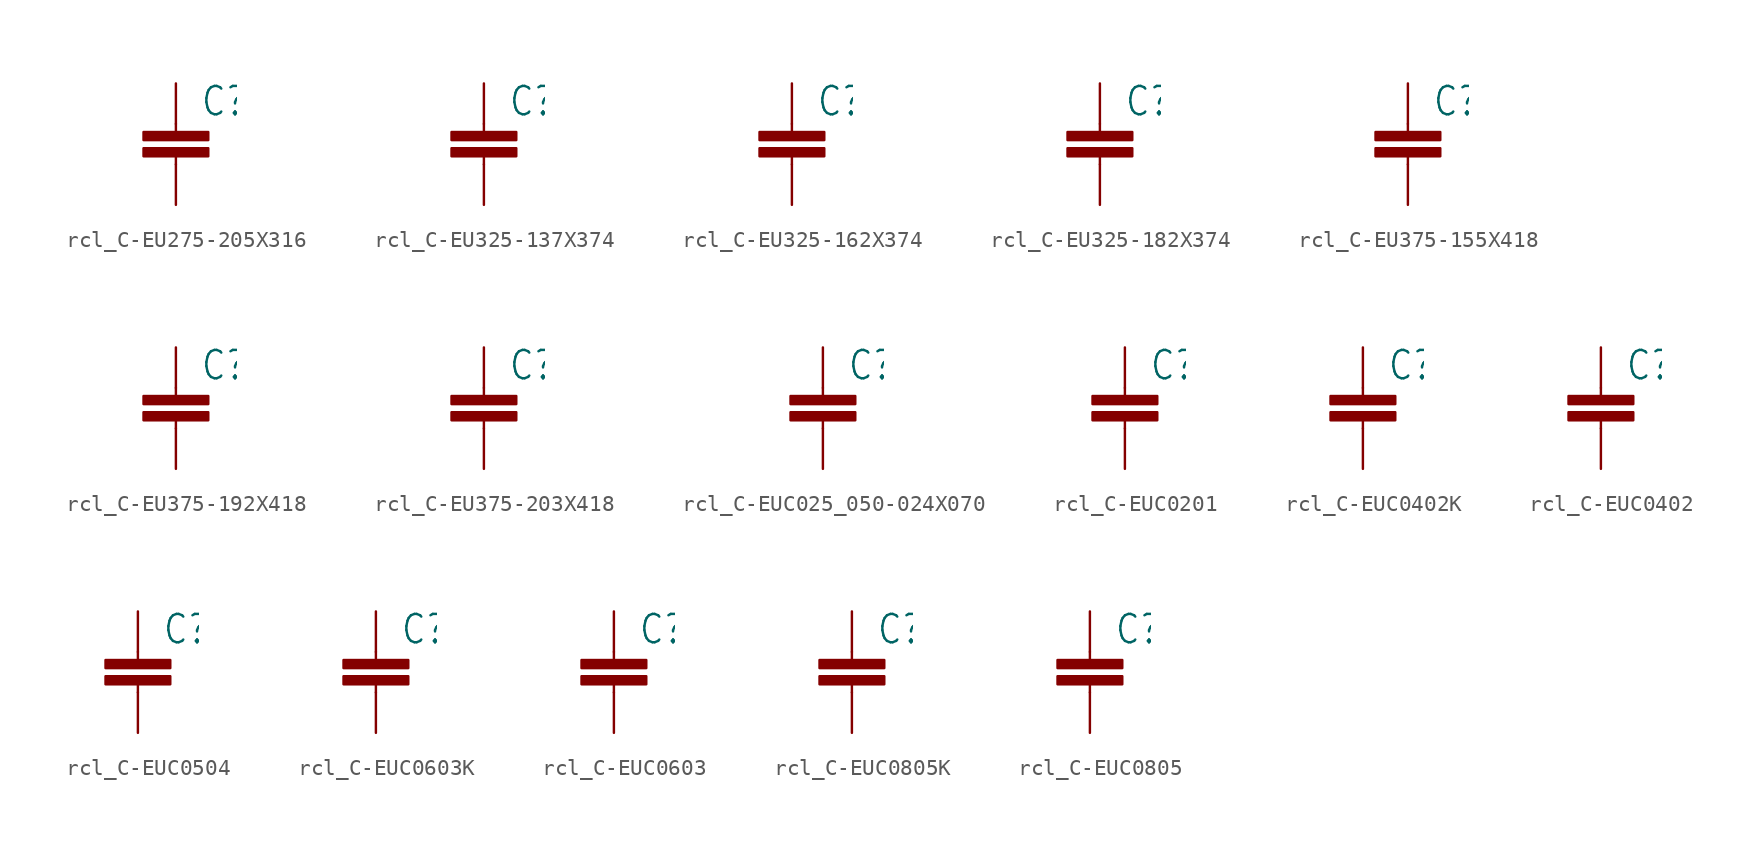
<source format=kicad_sym>
(kicad_symbol_lib
  (version 20231120)
  (generator "kicad_symbol_editor")
  (generator_version "8.0")
  (symbol "rcl_C-EU275-205X316"
    (property "Reference" "C"
      (at 1.524 0.381 0)
      (effects (font (size 1.778 1.511)) (justify left bottom)))
    (property "Value" ""
      (at 1.524 -4.699 0)
      (effects (font (size 1.778 1.511)) (justify left bottom)))
    (property "ki_locked" ""
      (at 0 0 0)
      (effects (font (size 1.27 1.27))))
    (symbol "rcl_C-EU275-205X316_1_0"
      (rectangle (start -2.032 -2.032) (end 2.032 -1.524) (stroke (width 0) (type default)) (fill (type outline)))
      (rectangle (start -2.032 -1.016) (end 2.032 -0.508) (stroke (width 0) (type default)) (fill (type outline)))
      (polyline (pts (xy 0 -2.54) (xy 0 -2.032)) (stroke (width 0.152) (type solid)) (fill (type none)))
      (polyline (pts (xy 0 0) (xy 0 -0.508)) (stroke (width 0.152) (type solid)) (fill (type none)))
      (pin passive line (at 0 2.54 270) (length 2.54) (name "1" (effects (font (size 0 0)))) (number "1" (effects (font (size 0 0)))))
      (pin passive line (at 0 -5.08 90) (length 2.54) (name "2" (effects (font (size 0 0)))) (number "2" (effects (font (size 0 0)))))))
  (symbol "rcl_C-EU325-137X374"
    (property "Reference" "C"
      (at 1.524 0.381 0)
      (effects (font (size 1.778 1.511)) (justify left bottom)))
    (property "Value" ""
      (at 1.524 -4.699 0)
      (effects (font (size 1.778 1.511)) (justify left bottom)))
    (property "ki_locked" ""
      (at 0 0 0)
      (effects (font (size 1.27 1.27))))
    (symbol "rcl_C-EU325-137X374_1_0"
      (rectangle (start -2.032 -2.032) (end 2.032 -1.524) (stroke (width 0) (type default)) (fill (type outline)))
      (rectangle (start -2.032 -1.016) (end 2.032 -0.508) (stroke (width 0) (type default)) (fill (type outline)))
      (polyline (pts (xy 0 -2.54) (xy 0 -2.032)) (stroke (width 0.152) (type solid)) (fill (type none)))
      (polyline (pts (xy 0 0) (xy 0 -0.508)) (stroke (width 0.152) (type solid)) (fill (type none)))
      (pin passive line (at 0 2.54 270) (length 2.54) (name "1" (effects (font (size 0 0)))) (number "1" (effects (font (size 0 0)))))
      (pin passive line (at 0 -5.08 90) (length 2.54) (name "2" (effects (font (size 0 0)))) (number "2" (effects (font (size 0 0)))))))
  (symbol "rcl_C-EU325-162X374"
    (property "Reference" "C"
      (at 1.524 0.381 0)
      (effects (font (size 1.778 1.511)) (justify left bottom)))
    (property "Value" ""
      (at 1.524 -4.699 0)
      (effects (font (size 1.778 1.511)) (justify left bottom)))
    (property "ki_locked" ""
      (at 0 0 0)
      (effects (font (size 1.27 1.27))))
    (symbol "rcl_C-EU325-162X374_1_0"
      (rectangle (start -2.032 -2.032) (end 2.032 -1.524) (stroke (width 0) (type default)) (fill (type outline)))
      (rectangle (start -2.032 -1.016) (end 2.032 -0.508) (stroke (width 0) (type default)) (fill (type outline)))
      (polyline (pts (xy 0 -2.54) (xy 0 -2.032)) (stroke (width 0.152) (type solid)) (fill (type none)))
      (polyline (pts (xy 0 0) (xy 0 -0.508)) (stroke (width 0.152) (type solid)) (fill (type none)))
      (pin passive line (at 0 2.54 270) (length 2.54) (name "1" (effects (font (size 0 0)))) (number "1" (effects (font (size 0 0)))))
      (pin passive line (at 0 -5.08 90) (length 2.54) (name "2" (effects (font (size 0 0)))) (number "2" (effects (font (size 0 0)))))))
  (symbol "rcl_C-EU325-182X374"
    (property "Reference" "C"
      (at 1.524 0.381 0)
      (effects (font (size 1.778 1.511)) (justify left bottom)))
    (property "Value" ""
      (at 1.524 -4.699 0)
      (effects (font (size 1.778 1.511)) (justify left bottom)))
    (property "ki_locked" ""
      (at 0 0 0)
      (effects (font (size 1.27 1.27))))
    (symbol "rcl_C-EU325-182X374_1_0"
      (rectangle (start -2.032 -2.032) (end 2.032 -1.524) (stroke (width 0) (type default)) (fill (type outline)))
      (rectangle (start -2.032 -1.016) (end 2.032 -0.508) (stroke (width 0) (type default)) (fill (type outline)))
      (polyline (pts (xy 0 -2.54) (xy 0 -2.032)) (stroke (width 0.152) (type solid)) (fill (type none)))
      (polyline (pts (xy 0 0) (xy 0 -0.508)) (stroke (width 0.152) (type solid)) (fill (type none)))
      (pin passive line (at 0 2.54 270) (length 2.54) (name "1" (effects (font (size 0 0)))) (number "1" (effects (font (size 0 0)))))
      (pin passive line (at 0 -5.08 90) (length 2.54) (name "2" (effects (font (size 0 0)))) (number "2" (effects (font (size 0 0)))))))
  (symbol "rcl_C-EU375-155X418"
    (property "Reference" "C"
      (at 1.524 0.381 0)
      (effects (font (size 1.778 1.511)) (justify left bottom)))
    (property "Value" ""
      (at 1.524 -4.699 0)
      (effects (font (size 1.778 1.511)) (justify left bottom)))
    (property "ki_locked" ""
      (at 0 0 0)
      (effects (font (size 1.27 1.27))))
    (symbol "rcl_C-EU375-155X418_1_0"
      (rectangle (start -2.032 -2.032) (end 2.032 -1.524) (stroke (width 0) (type default)) (fill (type outline)))
      (rectangle (start -2.032 -1.016) (end 2.032 -0.508) (stroke (width 0) (type default)) (fill (type outline)))
      (polyline (pts (xy 0 -2.54) (xy 0 -2.032)) (stroke (width 0.152) (type solid)) (fill (type none)))
      (polyline (pts (xy 0 0) (xy 0 -0.508)) (stroke (width 0.152) (type solid)) (fill (type none)))
      (pin passive line (at 0 2.54 270) (length 2.54) (name "1" (effects (font (size 0 0)))) (number "1" (effects (font (size 0 0)))))
      (pin passive line (at 0 -5.08 90) (length 2.54) (name "2" (effects (font (size 0 0)))) (number "2" (effects (font (size 0 0)))))))
  (symbol "rcl_C-EU375-192X418"
    (property "Reference" "C"
      (at 1.524 0.381 0)
      (effects (font (size 1.778 1.511)) (justify left bottom)))
    (property "Value" ""
      (at 1.524 -4.699 0)
      (effects (font (size 1.778 1.511)) (justify left bottom)))
    (property "ki_locked" ""
      (at 0 0 0)
      (effects (font (size 1.27 1.27))))
    (symbol "rcl_C-EU375-192X418_1_0"
      (rectangle (start -2.032 -2.032) (end 2.032 -1.524) (stroke (width 0) (type default)) (fill (type outline)))
      (rectangle (start -2.032 -1.016) (end 2.032 -0.508) (stroke (width 0) (type default)) (fill (type outline)))
      (polyline (pts (xy 0 -2.54) (xy 0 -2.032)) (stroke (width 0.152) (type solid)) (fill (type none)))
      (polyline (pts (xy 0 0) (xy 0 -0.508)) (stroke (width 0.152) (type solid)) (fill (type none)))
      (pin passive line (at 0 2.54 270) (length 2.54) (name "1" (effects (font (size 0 0)))) (number "1" (effects (font (size 0 0)))))
      (pin passive line (at 0 -5.08 90) (length 2.54) (name "2" (effects (font (size 0 0)))) (number "2" (effects (font (size 0 0)))))))
  (symbol "rcl_C-EU375-203X418"
    (property "Reference" "C"
      (at 1.524 0.381 0)
      (effects (font (size 1.778 1.511)) (justify left bottom)))
    (property "Value" ""
      (at 1.524 -4.699 0)
      (effects (font (size 1.778 1.511)) (justify left bottom)))
    (property "ki_locked" ""
      (at 0 0 0)
      (effects (font (size 1.27 1.27))))
    (symbol "rcl_C-EU375-203X418_1_0"
      (rectangle (start -2.032 -2.032) (end 2.032 -1.524) (stroke (width 0) (type default)) (fill (type outline)))
      (rectangle (start -2.032 -1.016) (end 2.032 -0.508) (stroke (width 0) (type default)) (fill (type outline)))
      (polyline (pts (xy 0 -2.54) (xy 0 -2.032)) (stroke (width 0.152) (type solid)) (fill (type none)))
      (polyline (pts (xy 0 0) (xy 0 -0.508)) (stroke (width 0.152) (type solid)) (fill (type none)))
      (pin passive line (at 0 2.54 270) (length 2.54) (name "1" (effects (font (size 0 0)))) (number "1" (effects (font (size 0 0)))))
      (pin passive line (at 0 -5.08 90) (length 2.54) (name "2" (effects (font (size 0 0)))) (number "2" (effects (font (size 0 0)))))))
  (symbol "rcl_C-EUC025_050-024X070"
    (property "Reference" "C"
      (at 1.524 0.381 0)
      (effects (font (size 1.778 1.511)) (justify left bottom)))
    (property "Value" ""
      (at 1.524 -4.699 0)
      (effects (font (size 1.778 1.511)) (justify left bottom)))
    (property "ki_locked" ""
      (at 0 0 0)
      (effects (font (size 1.27 1.27))))
    (symbol "rcl_C-EUC025_050-024X070_1_0"
      (rectangle (start -2.032 -2.032) (end 2.032 -1.524) (stroke (width 0) (type default)) (fill (type outline)))
      (rectangle (start -2.032 -1.016) (end 2.032 -0.508) (stroke (width 0) (type default)) (fill (type outline)))
      (polyline (pts (xy 0 -2.54) (xy 0 -2.032)) (stroke (width 0.152) (type solid)) (fill (type none)))
      (polyline (pts (xy 0 0) (xy 0 -0.508)) (stroke (width 0.152) (type solid)) (fill (type none)))
      (pin passive line (at 0 2.54 270) (length 2.54) (name "1" (effects (font (size 0 0)))) (number "1" (effects (font (size 0 0)))))
      (pin passive line (at 0 -5.08 90) (length 2.54) (name "2" (effects (font (size 0 0)))) (number "2" (effects (font (size 0 0)))))))
  (symbol "rcl_C-EUC0201"
    (property "Reference" "C"
      (at 1.524 0.381 0)
      (effects (font (size 1.778 1.511)) (justify left bottom)))
    (property "Value" ""
      (at 1.524 -4.699 0)
      (effects (font (size 1.778 1.511)) (justify left bottom)))
    (property "ki_locked" ""
      (at 0 0 0)
      (effects (font (size 1.27 1.27))))
    (symbol "rcl_C-EUC0201_1_0"
      (rectangle (start -2.032 -2.032) (end 2.032 -1.524) (stroke (width 0) (type default)) (fill (type outline)))
      (rectangle (start -2.032 -1.016) (end 2.032 -0.508) (stroke (width 0) (type default)) (fill (type outline)))
      (polyline (pts (xy 0 -2.54) (xy 0 -2.032)) (stroke (width 0.152) (type solid)) (fill (type none)))
      (polyline (pts (xy 0 0) (xy 0 -0.508)) (stroke (width 0.152) (type solid)) (fill (type none)))
      (pin passive line (at 0 2.54 270) (length 2.54) (name "1" (effects (font (size 0 0)))) (number "1" (effects (font (size 0 0)))))
      (pin passive line (at 0 -5.08 90) (length 2.54) (name "2" (effects (font (size 0 0)))) (number "2" (effects (font (size 0 0)))))))
  (symbol "rcl_C-EUC0402K"
    (property "Reference" "C"
      (at 1.524 0.381 0)
      (effects (font (size 1.778 1.511)) (justify left bottom)))
    (property "Value" ""
      (at 1.524 -4.699 0)
      (effects (font (size 1.778 1.511)) (justify left bottom)))
    (property "ki_locked" ""
      (at 0 0 0)
      (effects (font (size 1.27 1.27))))
    (symbol "rcl_C-EUC0402K_1_0"
      (rectangle (start -2.032 -2.032) (end 2.032 -1.524) (stroke (width 0) (type default)) (fill (type outline)))
      (rectangle (start -2.032 -1.016) (end 2.032 -0.508) (stroke (width 0) (type default)) (fill (type outline)))
      (polyline (pts (xy 0 -2.54) (xy 0 -2.032)) (stroke (width 0.152) (type solid)) (fill (type none)))
      (polyline (pts (xy 0 0) (xy 0 -0.508)) (stroke (width 0.152) (type solid)) (fill (type none)))
      (pin passive line (at 0 2.54 270) (length 2.54) (name "1" (effects (font (size 0 0)))) (number "1" (effects (font (size 0 0)))))
      (pin passive line (at 0 -5.08 90) (length 2.54) (name "2" (effects (font (size 0 0)))) (number "2" (effects (font (size 0 0)))))))
  (symbol "rcl_C-EUC0402"
    (property "Reference" "C"
      (at 1.524 0.381 0)
      (effects (font (size 1.778 1.511)) (justify left bottom)))
    (property "Value" ""
      (at 1.524 -4.699 0)
      (effects (font (size 1.778 1.511)) (justify left bottom)))
    (property "ki_locked" ""
      (at 0 0 0)
      (effects (font (size 1.27 1.27))))
    (symbol "rcl_C-EUC0402_1_0"
      (rectangle (start -2.032 -2.032) (end 2.032 -1.524) (stroke (width 0) (type default)) (fill (type outline)))
      (rectangle (start -2.032 -1.016) (end 2.032 -0.508) (stroke (width 0) (type default)) (fill (type outline)))
      (polyline (pts (xy 0 -2.54) (xy 0 -2.032)) (stroke (width 0.152) (type solid)) (fill (type none)))
      (polyline (pts (xy 0 0) (xy 0 -0.508)) (stroke (width 0.152) (type solid)) (fill (type none)))
      (pin passive line (at 0 2.54 270) (length 2.54) (name "1" (effects (font (size 0 0)))) (number "1" (effects (font (size 0 0)))))
      (pin passive line (at 0 -5.08 90) (length 2.54) (name "2" (effects (font (size 0 0)))) (number "2" (effects (font (size 0 0)))))))
  (symbol "rcl_C-EUC0504"
    (property "Reference" "C"
      (at 1.524 0.381 0)
      (effects (font (size 1.778 1.511)) (justify left bottom)))
    (property "Value" ""
      (at 1.524 -4.699 0)
      (effects (font (size 1.778 1.511)) (justify left bottom)))
    (property "ki_locked" ""
      (at 0 0 0)
      (effects (font (size 1.27 1.27))))
    (symbol "rcl_C-EUC0504_1_0"
      (rectangle (start -2.032 -2.032) (end 2.032 -1.524) (stroke (width 0) (type default)) (fill (type outline)))
      (rectangle (start -2.032 -1.016) (end 2.032 -0.508) (stroke (width 0) (type default)) (fill (type outline)))
      (polyline (pts (xy 0 -2.54) (xy 0 -2.032)) (stroke (width 0.152) (type solid)) (fill (type none)))
      (polyline (pts (xy 0 0) (xy 0 -0.508)) (stroke (width 0.152) (type solid)) (fill (type none)))
      (pin passive line (at 0 2.54 270) (length 2.54) (name "1" (effects (font (size 0 0)))) (number "1" (effects (font (size 0 0)))))
      (pin passive line (at 0 -5.08 90) (length 2.54) (name "2" (effects (font (size 0 0)))) (number "2" (effects (font (size 0 0)))))))
  (symbol "rcl_C-EUC0603K"
    (property "Reference" "C"
      (at 1.524 0.381 0)
      (effects (font (size 1.778 1.511)) (justify left bottom)))
    (property "Value" ""
      (at 1.524 -4.699 0)
      (effects (font (size 1.778 1.511)) (justify left bottom)))
    (property "ki_locked" ""
      (at 0 0 0)
      (effects (font (size 1.27 1.27))))
    (symbol "rcl_C-EUC0603K_1_0"
      (rectangle (start -2.032 -2.032) (end 2.032 -1.524) (stroke (width 0) (type default)) (fill (type outline)))
      (rectangle (start -2.032 -1.016) (end 2.032 -0.508) (stroke (width 0) (type default)) (fill (type outline)))
      (polyline (pts (xy 0 -2.54) (xy 0 -2.032)) (stroke (width 0.152) (type solid)) (fill (type none)))
      (polyline (pts (xy 0 0) (xy 0 -0.508)) (stroke (width 0.152) (type solid)) (fill (type none)))
      (pin passive line (at 0 2.54 270) (length 2.54) (name "1" (effects (font (size 0 0)))) (number "1" (effects (font (size 0 0)))))
      (pin passive line (at 0 -5.08 90) (length 2.54) (name "2" (effects (font (size 0 0)))) (number "2" (effects (font (size 0 0)))))))
  (symbol "rcl_C-EUC0603"
    (property "Reference" "C"
      (at 1.524 0.381 0)
      (effects (font (size 1.778 1.511)) (justify left bottom)))
    (property "Value" ""
      (at 1.524 -4.699 0)
      (effects (font (size 1.778 1.511)) (justify left bottom)))
    (property "ki_locked" ""
      (at 0 0 0)
      (effects (font (size 1.27 1.27))))
    (symbol "rcl_C-EUC0603_1_0"
      (rectangle (start -2.032 -2.032) (end 2.032 -1.524) (stroke (width 0) (type default)) (fill (type outline)))
      (rectangle (start -2.032 -1.016) (end 2.032 -0.508) (stroke (width 0) (type default)) (fill (type outline)))
      (polyline (pts (xy 0 -2.54) (xy 0 -2.032)) (stroke (width 0.152) (type solid)) (fill (type none)))
      (polyline (pts (xy 0 0) (xy 0 -0.508)) (stroke (width 0.152) (type solid)) (fill (type none)))
      (pin passive line (at 0 2.54 270) (length 2.54) (name "1" (effects (font (size 0 0)))) (number "1" (effects (font (size 0 0)))))
      (pin passive line (at 0 -5.08 90) (length 2.54) (name "2" (effects (font (size 0 0)))) (number "2" (effects (font (size 0 0)))))))
  (symbol "rcl_C-EUC0805K"
    (property "Reference" "C"
      (at 1.524 0.381 0)
      (effects (font (size 1.778 1.511)) (justify left bottom)))
    (property "Value" ""
      (at 1.524 -4.699 0)
      (effects (font (size 1.778 1.511)) (justify left bottom)))
    (property "ki_locked" ""
      (at 0 0 0)
      (effects (font (size 1.27 1.27))))
    (symbol "rcl_C-EUC0805K_1_0"
      (rectangle (start -2.032 -2.032) (end 2.032 -1.524) (stroke (width 0) (type default)) (fill (type outline)))
      (rectangle (start -2.032 -1.016) (end 2.032 -0.508) (stroke (width 0) (type default)) (fill (type outline)))
      (polyline (pts (xy 0 -2.54) (xy 0 -2.032)) (stroke (width 0.152) (type solid)) (fill (type none)))
      (polyline (pts (xy 0 0) (xy 0 -0.508)) (stroke (width 0.152) (type solid)) (fill (type none)))
      (pin passive line (at 0 2.54 270) (length 2.54) (name "1" (effects (font (size 0 0)))) (number "1" (effects (font (size 0 0)))))
      (pin passive line (at 0 -5.08 90) (length 2.54) (name "2" (effects (font (size 0 0)))) (number "2" (effects (font (size 0 0)))))))
  (symbol "rcl_C-EUC0805"
    (property "Reference" "C"
      (at 1.524 0.381 0)
      (effects (font (size 1.778 1.511)) (justify left bottom)))
    (property "Value" ""
      (at 1.524 -4.699 0)
      (effects (font (size 1.778 1.511)) (justify left bottom)))
    (property "ki_locked" ""
      (at 0 0 0)
      (effects (font (size 1.27 1.27))))
    (symbol "rcl_C-EUC0805_1_0"
      (rectangle (start -2.032 -2.032) (end 2.032 -1.524) (stroke (width 0) (type default)) (fill (type outline)))
      (rectangle (start -2.032 -1.016) (end 2.032 -0.508) (stroke (width 0) (type default)) (fill (type outline)))
      (polyline (pts (xy 0 -2.54) (xy 0 -2.032)) (stroke (width 0.152) (type solid)) (fill (type none)))
      (polyline (pts (xy 0 0) (xy 0 -0.508)) (stroke (width 0.152) (type solid)) (fill (type none)))
      (pin passive line (at 0 2.54 270) (length 2.54) (name "1" (effects (font (size 0 0)))) (number "1" (effects (font (size 0 0)))))
      (pin passive line (at 0 -5.08 90) (length 2.54) (name "2" (effects (font (size 0 0)))) (number "2" (effects (font (size 0 0))))))))
</source>
